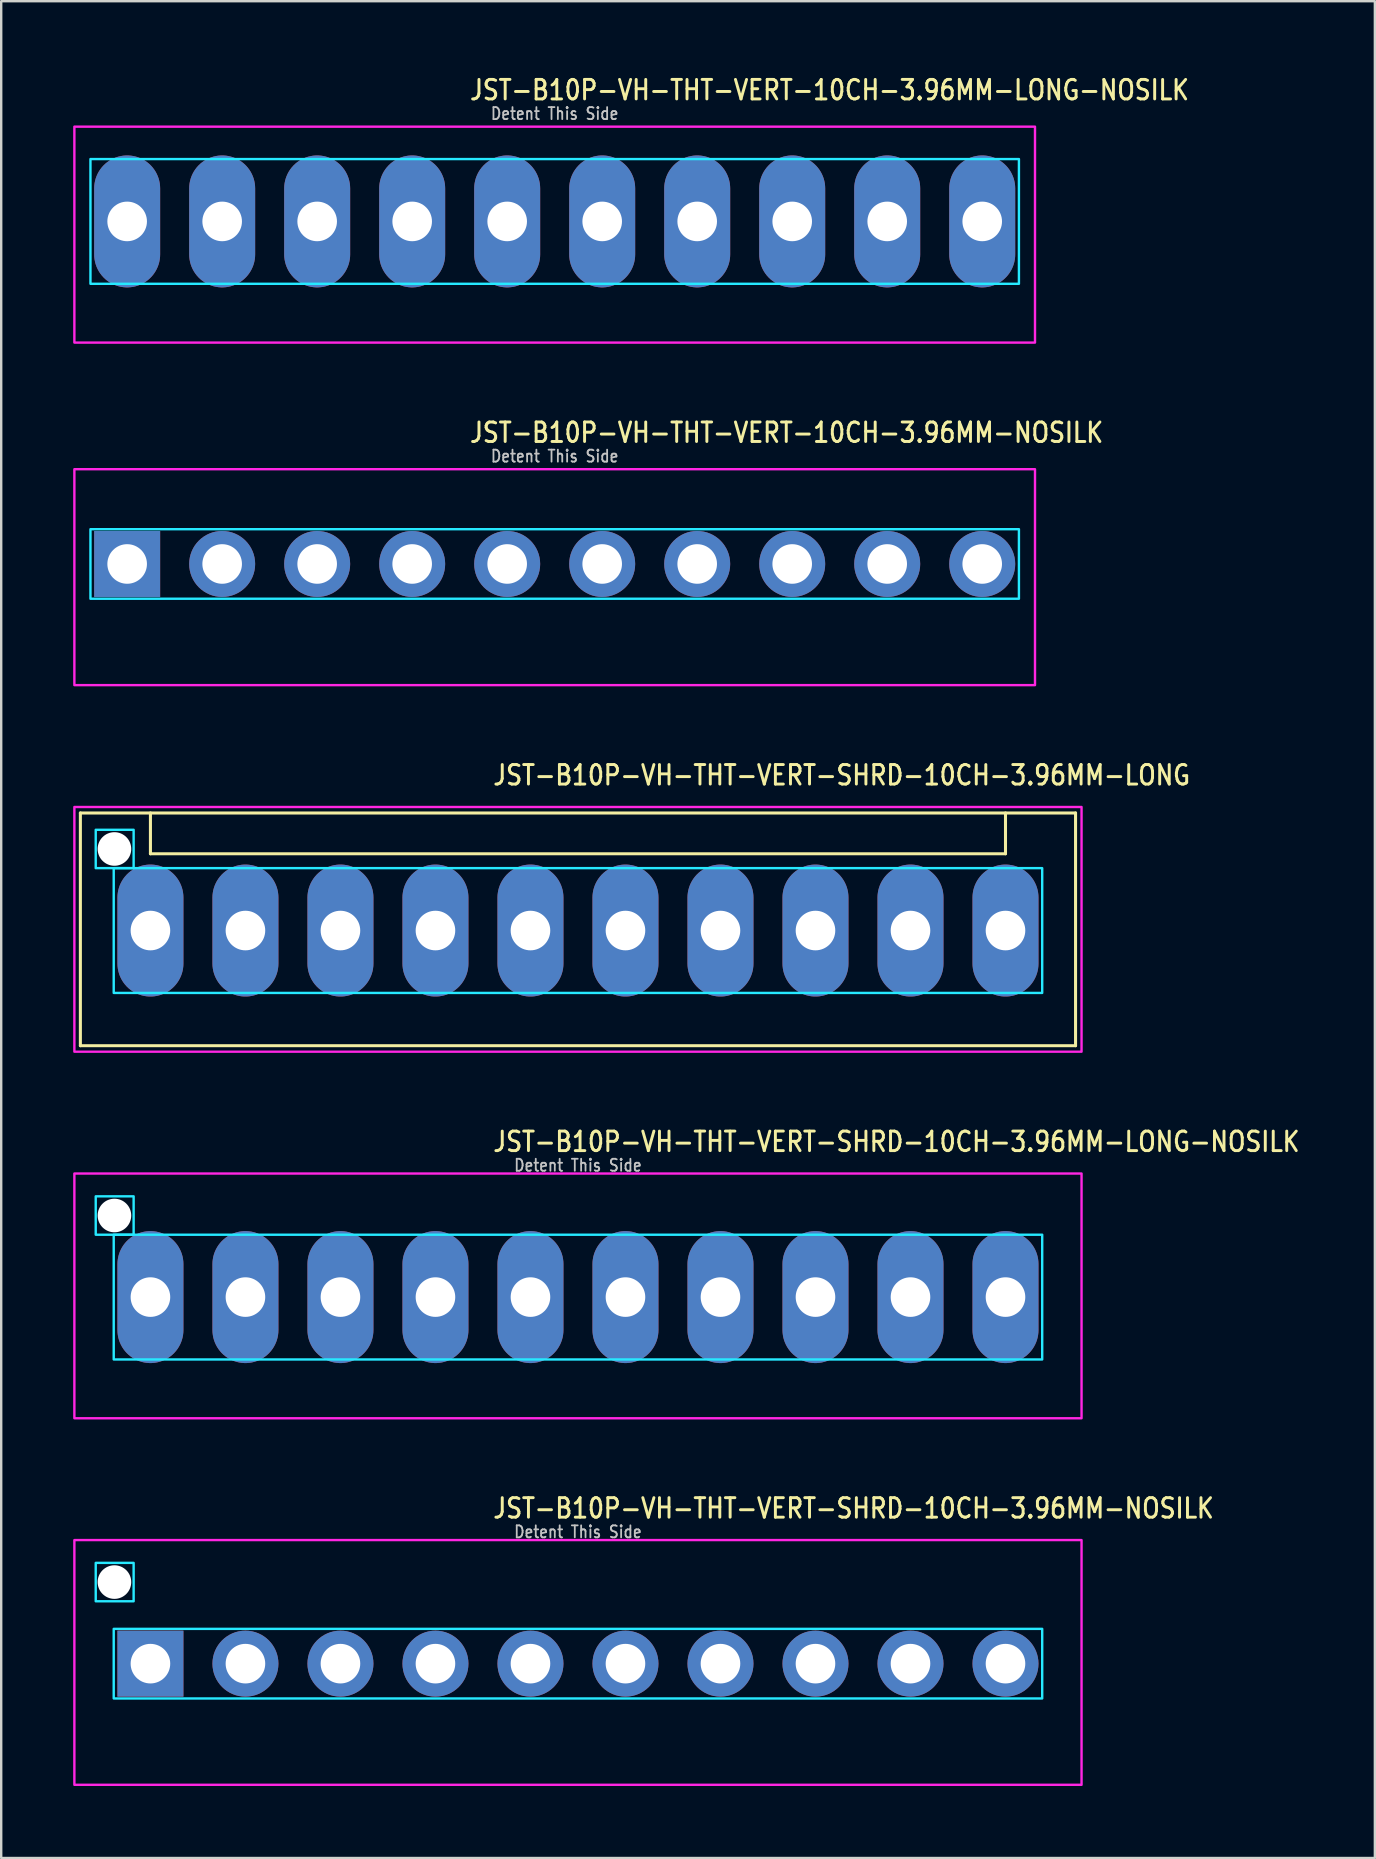
<source format=kicad_pcb>
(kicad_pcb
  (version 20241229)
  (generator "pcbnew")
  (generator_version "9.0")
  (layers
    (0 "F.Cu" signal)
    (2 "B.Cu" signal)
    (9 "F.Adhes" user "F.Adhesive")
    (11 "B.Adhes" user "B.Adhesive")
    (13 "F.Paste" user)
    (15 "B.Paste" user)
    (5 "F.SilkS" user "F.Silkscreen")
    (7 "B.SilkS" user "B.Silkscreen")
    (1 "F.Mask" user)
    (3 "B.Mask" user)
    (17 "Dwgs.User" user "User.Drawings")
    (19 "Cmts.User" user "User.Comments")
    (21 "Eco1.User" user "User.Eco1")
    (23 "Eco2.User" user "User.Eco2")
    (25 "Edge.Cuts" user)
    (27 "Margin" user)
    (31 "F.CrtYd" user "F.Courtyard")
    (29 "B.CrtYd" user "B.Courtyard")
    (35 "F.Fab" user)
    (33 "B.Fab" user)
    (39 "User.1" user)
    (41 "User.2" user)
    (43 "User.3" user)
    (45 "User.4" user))
  (footprint "JST-B10P-VH-THT-VERT-SHRD-10CH-3.96MM-LONG"
    (layer "F.Cu")
    (at 21.04 35.736)
    (property "Reference" "JST-B10P-VH-THT-VERT-SHRD-10CH-3.96MM-LONG" (at -3.6 -6 0) (unlocked yes) (layer "F.SilkS") (effects (font (size 0.813 0.695) (thickness 0.122)) (justify left bottom)))
    (fp_line (start -20.74 -4.9) (end 20.74 -4.9) (stroke (width 0.127) (type solid)) (layer "F.SilkS"))
    (fp_line (start -20.74 4.8) (end -20.74 -4.9) (stroke (width 0.127) (type solid)) (layer "F.SilkS"))
    (fp_line (start -20.74 4.8) (end 20.74 4.8) (stroke (width 0.127) (type solid)) (layer "F.SilkS"))
    (fp_line (start -17.82 -4.9) (end -17.82 -3.2) (stroke (width 0.127) (type solid)) (layer "F.SilkS"))
    (fp_line (start -17.82 -3.2) (end 17.82 -3.2) (stroke (width 0.127) (type solid)) (layer "F.SilkS"))
    (fp_line (start 17.82 -4.9) (end 17.82 -3.2) (stroke (width 0.127) (type solid)) (layer "F.SilkS"))
    (fp_line (start 20.74 -4.9) (end 20.74 4.8) (stroke (width 0.127) (type solid)) (layer "F.SilkS"))
    (fp_poly (pts (xy -19.35 -2.6) (xy -19.35 2.6) (xy 19.35 2.6) (xy 19.35 -2.6)) (stroke (width 0.1) (type solid)) (fill no) (layer "B.CrtYd"))
    (fp_poly (pts (xy -18.52 -4.2) (xy -18.52 -2.6) (xy -20.1 -2.6) (xy -20.1 -4.2)) (stroke (width 0.1) (type solid)) (fill no) (layer "B.CrtYd"))
    (fp_poly (pts (xy -20.99 -5.15) (xy -20.99 5.05) (xy 20.99 5.05) (xy 20.99 -5.15)) (stroke (width 0.1) (type solid)) (fill no) (layer "F.CrtYd"))
    (pad "" np_thru_hole circle (at -19.32 -3.4) (size 1.4 1.4) (drill 1.4) (layers "*.Cu" "*.Mask"))
    (pad "1" thru_hole oval (at -17.82 0 90) (size 5.5 2.75) (drill 1.65) (layers "*.Cu" "*.Mask"))
    (pad "2" thru_hole oval (at -13.86 0 90) (size 5.5 2.75) (drill 1.65) (layers "*.Cu" "*.Mask"))
    (pad "3" thru_hole oval (at -9.9 0 90) (size 5.5 2.75) (drill 1.65) (layers "*.Cu" "*.Mask"))
    (pad "4" thru_hole oval (at -5.94 0 90) (size 5.5 2.75) (drill 1.65) (layers "*.Cu" "*.Mask"))
    (pad "5" thru_hole oval (at -1.98 0 90) (size 5.5 2.75) (drill 1.65) (layers "*.Cu" "*.Mask"))
    (pad "6" thru_hole oval (at 1.98 0 90) (size 5.5 2.75) (drill 1.65) (layers "*.Cu" "*.Mask"))
    (pad "7" thru_hole oval (at 5.94 0 90) (size 5.5 2.75) (drill 1.65) (layers "*.Cu" "*.Mask"))
    (pad "8" thru_hole oval (at 9.9 0 90) (size 5.5 2.75) (drill 1.65) (layers "*.Cu" "*.Mask"))
    (pad "9" thru_hole oval (at 13.86 0 90) (size 5.5 2.75) (drill 1.65) (layers "*.Cu" "*.Mask"))
    (pad "10" thru_hole oval (at 17.82 0 90) (size 5.5 2.75) (drill 1.65) (layers "*.Cu" "*.Mask")))
  (footprint "JST-B10P-VH-THT-VERT-10CH-3.96MM-LONG-NOSILK"
    (layer "F.Cu")
    (at 20.07 6.179)
    (property "Reference" "JST-B10P-VH-THT-VERT-10CH-3.96MM-LONG-NOSILK" (at -3.6 -5 0) (unlocked yes) (layer "F.SilkS") (effects (font (size 0.813 0.695) (thickness 0.122)) (justify left bottom)))
    (fp_poly (pts (xy -19.35 -2.6) (xy -19.35 2.6) (xy 19.35 2.6) (xy 19.35 -2.6)) (stroke (width 0.1) (type solid)) (fill no) (layer "B.CrtYd"))
    (fp_poly (pts (xy -20.02 -3.95) (xy -20.02 5.05) (xy 20.02 5.05) (xy 20.02 -3.95)) (stroke (width 0.1) (type solid)) (fill no) (layer "F.CrtYd"))
    (fp_text user "Detent This Side" (at 0 -4.2 0) (unlocked yes) (layer "Dwgs.User") (effects (font (size 0.5 0.427) (thickness 0.075)) (justify bottom)))
    (pad "1" thru_hole oval (at -17.82 0 90) (size 5.5 2.75) (drill 1.65) (layers "*.Cu" "*.Mask"))
    (pad "2" thru_hole oval (at -13.86 0 90) (size 5.5 2.75) (drill 1.65) (layers "*.Cu" "*.Mask"))
    (pad "3" thru_hole oval (at -9.9 0 90) (size 5.5 2.75) (drill 1.65) (layers "*.Cu" "*.Mask"))
    (pad "4" thru_hole oval (at -5.94 0 90) (size 5.5 2.75) (drill 1.65) (layers "*.Cu" "*.Mask"))
    (pad "5" thru_hole oval (at -1.98 0 90) (size 5.5 2.75) (drill 1.65) (layers "*.Cu" "*.Mask"))
    (pad "6" thru_hole oval (at 1.98 0 90) (size 5.5 2.75) (drill 1.65) (layers "*.Cu" "*.Mask"))
    (pad "7" thru_hole oval (at 5.94 0 90) (size 5.5 2.75) (drill 1.65) (layers "*.Cu" "*.Mask"))
    (pad "8" thru_hole oval (at 9.9 0 90) (size 5.5 2.75) (drill 1.65) (layers "*.Cu" "*.Mask"))
    (pad "9" thru_hole oval (at 13.86 0 90) (size 5.5 2.75) (drill 1.65) (layers "*.Cu" "*.Mask"))
    (pad "10" thru_hole oval (at 17.82 0 90) (size 5.5 2.75) (drill 1.65) (layers "*.Cu" "*.Mask")))
  (footprint "JST-B10P-VH-THT-VERT-10CH-3.96MM-NOSILK"
    (layer "F.Cu")
    (at 20.07 20.457)
    (property "Reference" "JST-B10P-VH-THT-VERT-10CH-3.96MM-NOSILK" (at -3.6 -5 0) (unlocked yes) (layer "F.SilkS") (effects (font (size 0.813 0.695) (thickness 0.122)) (justify left bottom)))
    (fp_poly (pts (xy -19.35 -1.45) (xy -19.35 1.45) (xy 19.35 1.45) (xy 19.35 -1.45)) (stroke (width 0.1) (type solid)) (fill no) (layer "B.CrtYd"))
    (fp_poly (pts (xy -20.02 -3.95) (xy -20.02 5.05) (xy 20.02 5.05) (xy 20.02 -3.95)) (stroke (width 0.1) (type solid)) (fill no) (layer "F.CrtYd"))
    (fp_text user "Detent This Side" (at 0 -4.2 0) (unlocked yes) (layer "Dwgs.User") (effects (font (size 0.5 0.427) (thickness 0.075)) (justify bottom)))
    (pad "1" thru_hole rect (at -17.82 0) (size 2.75 2.75) (drill 1.65) (layers "*.Cu" "*.Mask"))
    (pad "2" thru_hole oval (at -13.86 0) (size 2.75 2.75) (drill 1.65) (layers "*.Cu" "*.Mask"))
    (pad "3" thru_hole oval (at -9.9 0) (size 2.75 2.75) (drill 1.65) (layers "*.Cu" "*.Mask"))
    (pad "4" thru_hole oval (at -5.94 0) (size 2.75 2.75) (drill 1.65) (layers "*.Cu" "*.Mask"))
    (pad "5" thru_hole oval (at -1.98 0) (size 2.75 2.75) (drill 1.65) (layers "*.Cu" "*.Mask"))
    (pad "6" thru_hole oval (at 1.98 0) (size 2.75 2.75) (drill 1.65) (layers "*.Cu" "*.Mask"))
    (pad "7" thru_hole oval (at 5.94 0) (size 2.75 2.75) (drill 1.65) (layers "*.Cu" "*.Mask"))
    (pad "8" thru_hole oval (at 9.9 0) (size 2.75 2.75) (drill 1.65) (layers "*.Cu" "*.Mask"))
    (pad "9" thru_hole oval (at 13.86 0) (size 2.75 2.75) (drill 1.65) (layers "*.Cu" "*.Mask"))
    (pad "10" thru_hole oval (at 17.82 0) (size 2.75 2.75) (drill 1.65) (layers "*.Cu" "*.Mask")))
  (footprint "JST-B10P-VH-THT-VERT-SHRD-10CH-3.96MM-NOSILK"
    (layer "F.Cu")
    (at 21.04 66.293)
    (property "Reference" "JST-B10P-VH-THT-VERT-SHRD-10CH-3.96MM-NOSILK" (at -3.6 -6 0) (unlocked yes) (layer "F.SilkS") (effects (font (size 0.813 0.695) (thickness 0.122)) (justify left bottom)))
    (fp_poly (pts (xy -19.35 -1.45) (xy -19.35 1.45) (xy 19.35 1.45) (xy 19.35 -1.45)) (stroke (width 0.1) (type solid)) (fill no) (layer "B.CrtYd"))
    (fp_poly (pts (xy -18.52 -4.2) (xy -18.52 -2.6) (xy -20.1 -2.6) (xy -20.1 -4.2)) (stroke (width 0.1) (type solid)) (fill no) (layer "B.CrtYd"))
    (fp_poly (pts (xy -20.99 -5.15) (xy -20.99 5.05) (xy 20.99 5.05) (xy 20.99 -5.15)) (stroke (width 0.1) (type solid)) (fill no) (layer "F.CrtYd"))
    (fp_text user "Detent This Side" (at 0 -5.2 0) (unlocked yes) (layer "Dwgs.User") (effects (font (size 0.5 0.427) (thickness 0.075)) (justify bottom)))
    (pad "" np_thru_hole circle (at -19.32 -3.4) (size 1.4 1.4) (drill 1.4) (layers "*.Cu" "*.Mask"))
    (pad "1" thru_hole rect (at -17.82 0) (size 2.75 2.75) (drill 1.65) (layers "*.Cu" "*.Mask"))
    (pad "2" thru_hole oval (at -13.86 0) (size 2.75 2.75) (drill 1.65) (layers "*.Cu" "*.Mask"))
    (pad "3" thru_hole oval (at -9.9 0) (size 2.75 2.75) (drill 1.65) (layers "*.Cu" "*.Mask"))
    (pad "4" thru_hole oval (at -5.94 0) (size 2.75 2.75) (drill 1.65) (layers "*.Cu" "*.Mask"))
    (pad "5" thru_hole oval (at -1.98 0) (size 2.75 2.75) (drill 1.65) (layers "*.Cu" "*.Mask"))
    (pad "6" thru_hole oval (at 1.98 0) (size 2.75 2.75) (drill 1.65) (layers "*.Cu" "*.Mask"))
    (pad "7" thru_hole oval (at 5.94 0) (size 2.75 2.75) (drill 1.65) (layers "*.Cu" "*.Mask"))
    (pad "8" thru_hole oval (at 9.9 0) (size 2.75 2.75) (drill 1.65) (layers "*.Cu" "*.Mask"))
    (pad "9" thru_hole oval (at 13.86 0) (size 2.75 2.75) (drill 1.65) (layers "*.Cu" "*.Mask"))
    (pad "10" thru_hole oval (at 17.82 0) (size 2.75 2.75) (drill 1.65) (layers "*.Cu" "*.Mask")))
  (footprint "JST-B10P-VH-THT-VERT-SHRD-10CH-3.96MM-LONG-NOSILK"
    (layer "F.Cu")
    (at 21.04 51.014)
    (property "Reference" "JST-B10P-VH-THT-VERT-SHRD-10CH-3.96MM-LONG-NOSILK" (at -3.6 -6 0) (unlocked yes) (layer "F.SilkS") (effects (font (size 0.813 0.695) (thickness 0.122)) (justify left bottom)))
    (fp_poly (pts (xy -19.35 -2.6) (xy -19.35 2.6) (xy 19.35 2.6) (xy 19.35 -2.6)) (stroke (width 0.1) (type solid)) (fill no) (layer "B.CrtYd"))
    (fp_poly (pts (xy -18.52 -4.2) (xy -18.52 -2.6) (xy -20.1 -2.6) (xy -20.1 -4.2)) (stroke (width 0.1) (type solid)) (fill no) (layer "B.CrtYd"))
    (fp_poly (pts (xy -20.99 -5.15) (xy -20.99 5.05) (xy 20.99 5.05) (xy 20.99 -5.15)) (stroke (width 0.1) (type solid)) (fill no) (layer "F.CrtYd"))
    (fp_text user "Detent This Side" (at 0 -5.2 0) (unlocked yes) (layer "Dwgs.User") (effects (font (size 0.5 0.427) (thickness 0.075)) (justify bottom)))
    (pad "" np_thru_hole circle (at -19.32 -3.4) (size 1.4 1.4) (drill 1.4) (layers "*.Cu" "*.Mask"))
    (pad "1" thru_hole oval (at -17.82 0 90) (size 5.5 2.75) (drill 1.65) (layers "*.Cu" "*.Mask"))
    (pad "2" thru_hole oval (at -13.86 0 90) (size 5.5 2.75) (drill 1.65) (layers "*.Cu" "*.Mask"))
    (pad "3" thru_hole oval (at -9.9 0 90) (size 5.5 2.75) (drill 1.65) (layers "*.Cu" "*.Mask"))
    (pad "4" thru_hole oval (at -5.94 0 90) (size 5.5 2.75) (drill 1.65) (layers "*.Cu" "*.Mask"))
    (pad "5" thru_hole oval (at -1.98 0 90) (size 5.5 2.75) (drill 1.65) (layers "*.Cu" "*.Mask"))
    (pad "6" thru_hole oval (at 1.98 0 90) (size 5.5 2.75) (drill 1.65) (layers "*.Cu" "*.Mask"))
    (pad "7" thru_hole oval (at 5.94 0 90) (size 5.5 2.75) (drill 1.65) (layers "*.Cu" "*.Mask"))
    (pad "8" thru_hole oval (at 9.9 0 90) (size 5.5 2.75) (drill 1.65) (layers "*.Cu" "*.Mask"))
    (pad "9" thru_hole oval (at 13.86 0 90) (size 5.5 2.75) (drill 1.65) (layers "*.Cu" "*.Mask"))
    (pad "10" thru_hole oval (at 17.82 0 90) (size 5.5 2.75) (drill 1.65) (layers "*.Cu" "*.Mask")))
  (gr_rect
    (start -3 -3)
    (end 54.256 74.393)
    (stroke (width 0.1) (type default))
    (fill no)
    (layer "Edge.Cuts")))
</source>
